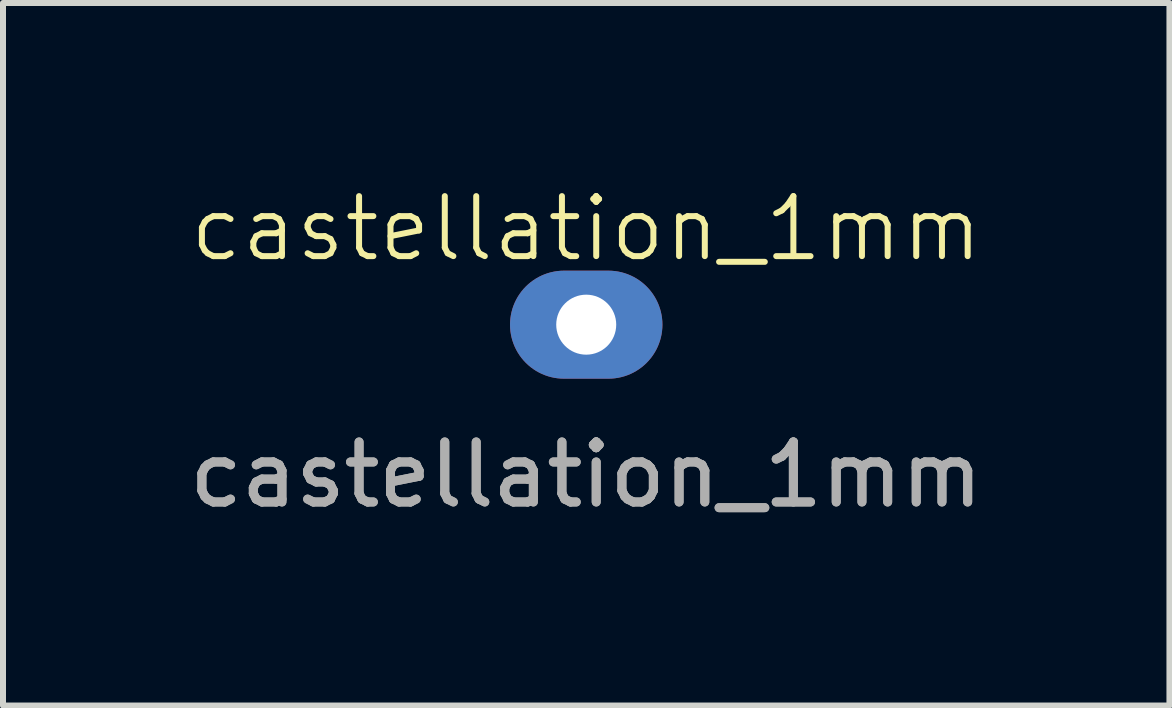
<source format=kicad_pcb>
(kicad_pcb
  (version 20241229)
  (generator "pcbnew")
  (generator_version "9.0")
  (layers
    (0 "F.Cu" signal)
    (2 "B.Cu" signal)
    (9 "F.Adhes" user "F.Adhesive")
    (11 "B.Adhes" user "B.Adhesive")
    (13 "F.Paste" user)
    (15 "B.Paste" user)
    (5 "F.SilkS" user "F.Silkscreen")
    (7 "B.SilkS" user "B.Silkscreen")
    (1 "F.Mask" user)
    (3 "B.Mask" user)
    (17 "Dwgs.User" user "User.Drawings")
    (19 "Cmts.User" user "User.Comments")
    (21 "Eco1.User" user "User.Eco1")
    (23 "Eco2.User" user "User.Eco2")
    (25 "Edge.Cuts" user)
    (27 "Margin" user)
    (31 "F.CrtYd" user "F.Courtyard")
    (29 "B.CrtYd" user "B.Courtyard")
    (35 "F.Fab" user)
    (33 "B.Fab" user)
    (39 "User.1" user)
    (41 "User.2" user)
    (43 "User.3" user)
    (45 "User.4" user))
  (footprint "castellation_1mm"
    (layer "F.Cu")
    (at 6.72 2.361)
    (property "Reference" "castellation_1mm" (at 0 -1.6 0) (unlocked yes) (layer "F.SilkS") (effects (font (size 1 1) (thickness 0.1))))
    (attr through_hole)
    (fp_text user "${REFERENCE}" (at 0 2.5 0) (unlocked yes) (layer "F.Fab") (effects (font (size 1 1) (thickness 0.15))))
    (fp_text user "${REFERENCE}" (at 0 2.5 0) (unlocked yes) (layer "F.Fab") (effects (font (size 1 1) (thickness 0.15))))
    (pad "1" thru_hole oval (at 0 0) (size 2.54 1.8) (drill 1) (property pad_prop_castellated) (layers "*.Cu" "*.Mask")))
  (gr_rect
    (start -3 -3)
    (end 16.44 8.709)
    (stroke (width 0.1) (type default))
    (fill no)
    (layer "Edge.Cuts")))
</source>
